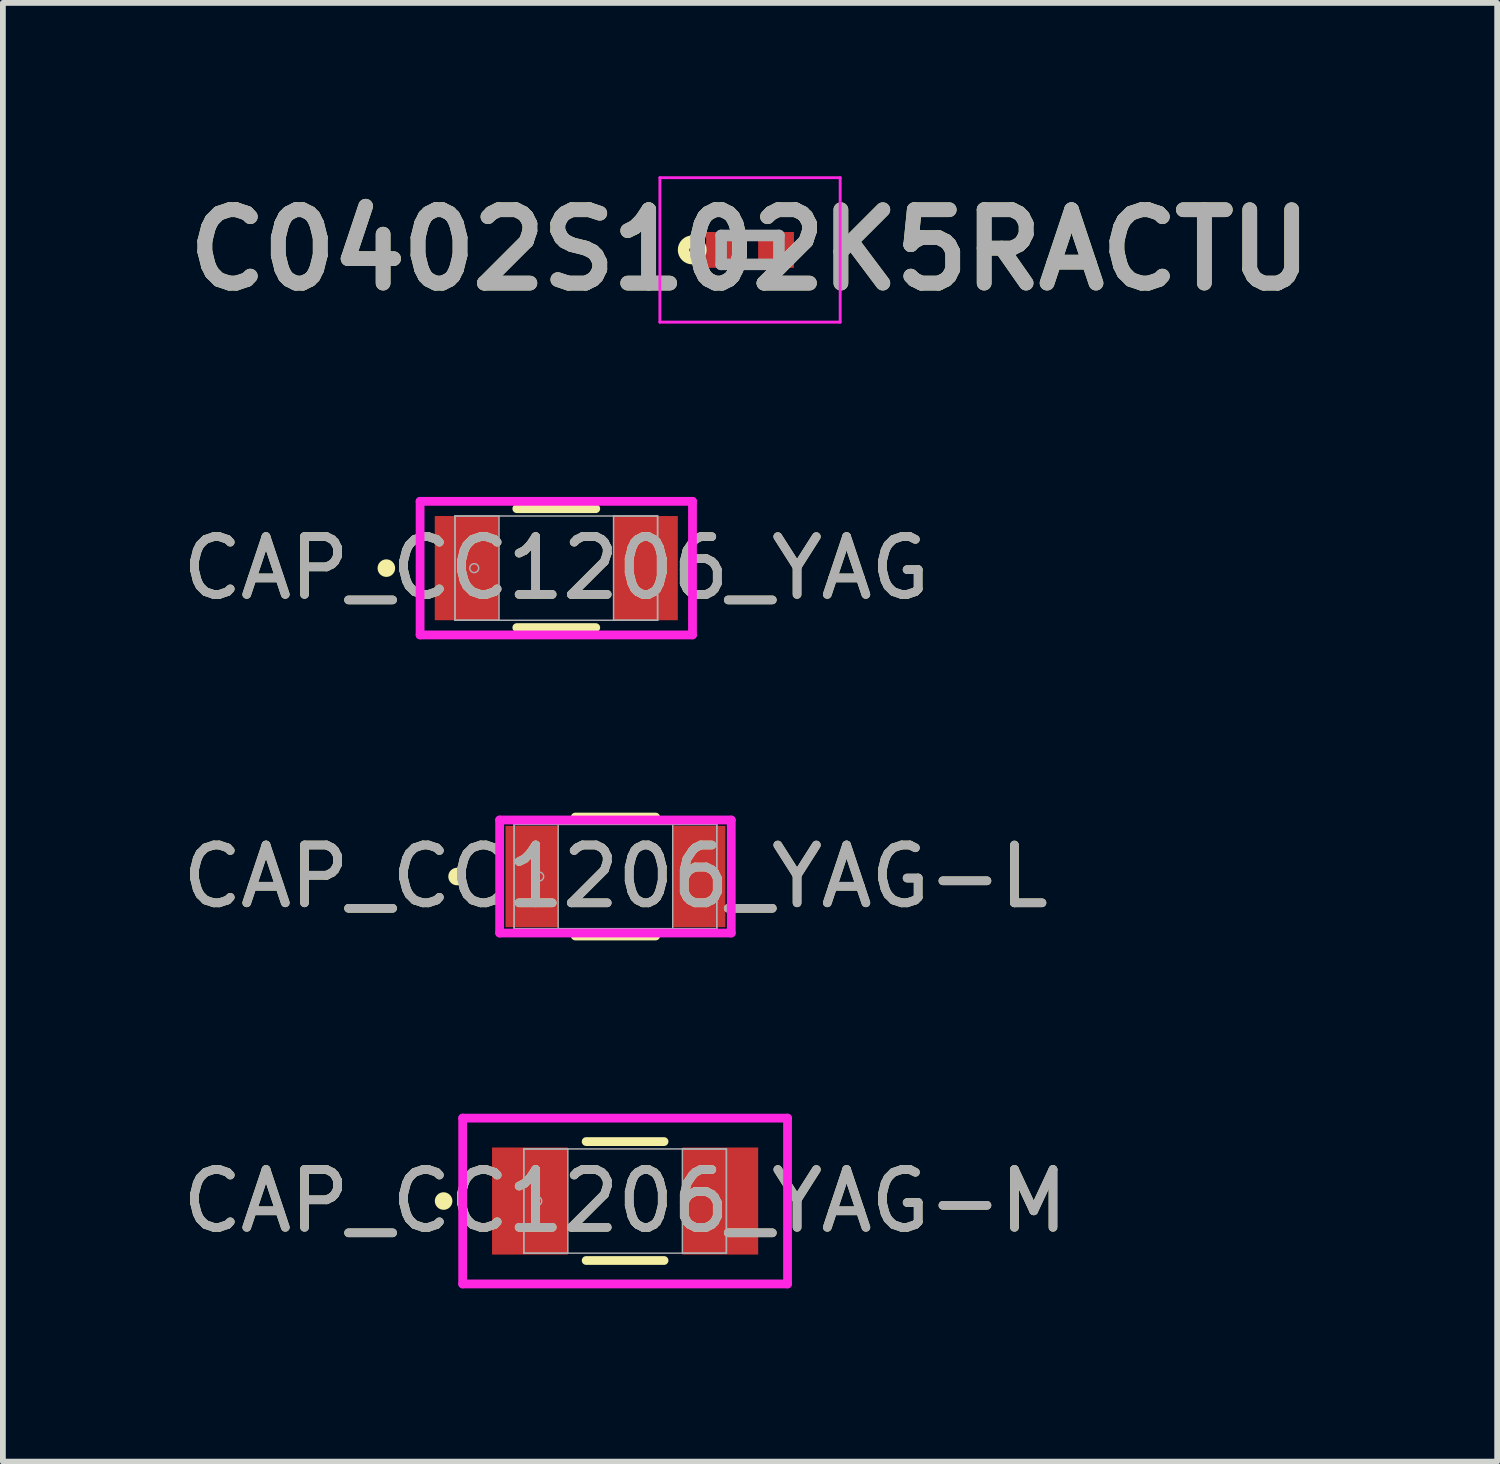
<source format=kicad_pcb>
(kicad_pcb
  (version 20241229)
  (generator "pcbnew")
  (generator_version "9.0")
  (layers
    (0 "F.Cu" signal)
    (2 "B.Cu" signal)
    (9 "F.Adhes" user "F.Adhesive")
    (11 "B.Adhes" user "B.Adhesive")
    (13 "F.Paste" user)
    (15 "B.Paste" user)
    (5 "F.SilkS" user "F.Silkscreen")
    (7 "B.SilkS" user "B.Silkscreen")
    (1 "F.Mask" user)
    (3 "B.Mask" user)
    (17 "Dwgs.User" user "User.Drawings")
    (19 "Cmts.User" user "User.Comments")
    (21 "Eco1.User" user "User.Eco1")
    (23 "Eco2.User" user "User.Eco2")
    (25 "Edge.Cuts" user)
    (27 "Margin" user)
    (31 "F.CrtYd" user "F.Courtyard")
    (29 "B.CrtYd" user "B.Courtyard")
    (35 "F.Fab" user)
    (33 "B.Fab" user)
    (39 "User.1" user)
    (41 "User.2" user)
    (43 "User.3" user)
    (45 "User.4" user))
  (footprint "C0402S102K5RACTU"
    (layer "F.Cu")
    (at 9.93 1.275)
    (property "Reference" "C0402S102K5RACTU" (at 0 0 0) (layer "F.SilkS") (effects (font (size 1.27 1.27) (thickness 0.254))))
    (attr smd)
    (fp_circle (center -1 0) (end -1 0.05) (stroke (width 0.2) (type solid)) (fill no) (layer "F.SilkS"))
    (fp_line (start -1.56 -1.25) (end 1.56 -1.25) (stroke (width 0.05) (type solid)) (layer "F.CrtYd"))
    (fp_line (start -1.56 1.25) (end -1.56 -1.25) (stroke (width 0.05) (type solid)) (layer "F.CrtYd"))
    (fp_line (start 1.56 -1.25) (end 1.56 1.25) (stroke (width 0.05) (type solid)) (layer "F.CrtYd"))
    (fp_line (start 1.56 1.25) (end -1.56 1.25) (stroke (width 0.05) (type solid)) (layer "F.CrtYd"))
    (fp_line (start -0.5 -0.25) (end 0.5 -0.25) (stroke (width 0.2) (type solid)) (layer "F.Fab"))
    (fp_line (start -0.5 0.25) (end -0.5 -0.25) (stroke (width 0.2) (type solid)) (layer "F.Fab"))
    (fp_line (start 0.5 -0.25) (end 0.5 0.25) (stroke (width 0.2) (type solid)) (layer "F.Fab"))
    (fp_line (start 0.5 0.25) (end -0.5 0.25) (stroke (width 0.2) (type solid)) (layer "F.Fab"))
    (fp_text user "${REFERENCE}" (at 0 0 0) (layer "F.Fab") (effects (font (size 1.27 1.27) (thickness 0.254))))
    (pad "1" smd rect (at -0.45 0 90) (size 0.62 0.62) (layers "F.Cu" "F.Mask" "F.Paste"))
    (pad "2" smd rect (at 0.45 0 90) (size 0.62 0.62) (layers "F.Cu" "F.Mask" "F.Paste")))
  (footprint "CAP_CC1206_YAG"
    (layer "F.Cu")
    (at 6.577 6.782)
    (property "Reference" "CAP_CC1206_YAG" (at 0 0 0) (unlocked yes) (layer "F.SilkS") (effects (font (size 1 1) (thickness 0.15))))
    (attr smd)
    (fp_line (start -0.683 1.029) (end 0.683 1.029) (stroke (width 0.152) (type solid)) (layer "F.SilkS"))
    (fp_line (start 0.683 -1.029) (end -0.683 -1.029) (stroke (width 0.152) (type solid)) (layer "F.SilkS"))
    (fp_circle (center -2.941 0) (end -2.865 0) (stroke (width 0.152) (type solid)) (fill no) (layer "F.SilkS"))
    (fp_line (start -2.357 -1.156) (end 2.357 -1.156) (stroke (width 0.152) (type solid)) (layer "F.CrtYd"))
    (fp_line (start -2.357 1.156) (end -2.357 -1.156) (stroke (width 0.152) (type solid)) (layer "F.CrtYd"))
    (fp_line (start 2.357 -1.156) (end 2.357 1.156) (stroke (width 0.152) (type solid)) (layer "F.CrtYd"))
    (fp_line (start 2.357 1.156) (end -2.357 1.156) (stroke (width 0.152) (type solid)) (layer "F.CrtYd"))
    (fp_line (start -1.753 -0.902) (end -1.753 0.902) (stroke (width 0.025) (type solid)) (layer "F.Fab"))
    (fp_line (start -1.753 -0.902) (end -1.753 0.902) (stroke (width 0.025) (type solid)) (layer "F.Fab"))
    (fp_line (start -1.753 0.902) (end -0.991 0.902) (stroke (width 0.025) (type solid)) (layer "F.Fab"))
    (fp_line (start -1.753 0.902) (end 1.753 0.902) (stroke (width 0.025) (type solid)) (layer "F.Fab"))
    (fp_line (start -0.991 -0.902) (end -1.753 -0.902) (stroke (width 0.025) (type solid)) (layer "F.Fab"))
    (fp_line (start -0.991 0.902) (end -0.991 -0.902) (stroke (width 0.025) (type solid)) (layer "F.Fab"))
    (fp_line (start 0.991 -0.902) (end 0.991 0.902) (stroke (width 0.025) (type solid)) (layer "F.Fab"))
    (fp_line (start 0.991 0.902) (end 1.753 0.902) (stroke (width 0.025) (type solid)) (layer "F.Fab"))
    (fp_line (start 1.753 -0.902) (end -1.753 -0.902) (stroke (width 0.025) (type solid)) (layer "F.Fab"))
    (fp_line (start 1.753 -0.902) (end 0.991 -0.902) (stroke (width 0.025) (type solid)) (layer "F.Fab"))
    (fp_line (start 1.753 0.902) (end 1.753 -0.902) (stroke (width 0.025) (type solid)) (layer "F.Fab"))
    (fp_line (start 1.753 0.902) (end 1.753 -0.902) (stroke (width 0.025) (type solid)) (layer "F.Fab"))
    (fp_circle (center -1.42 0) (end -1.343 0) (stroke (width 0.025) (type solid)) (fill no) (layer "F.Fab"))
    (fp_text user "${REFERENCE}" (at 0 0 0) (unlocked yes) (layer "F.Fab") (effects (font (size 1 1) (thickness 0.15))))
    (pad "1" smd rect (at -1.547 0) (size 1.112 1.803) (layers "F.Cu" "F.Mask" "F.Paste"))
    (pad "2" smd rect (at 1.547 0) (size 1.112 1.803) (layers "F.Cu" "F.Mask" "F.Paste"))
    (zone (net_name "") (layer "F.Cu") (hatch full 0.508) (connect_pads) (min_thickness 0.254) (filled_areas_thickness no) (keepout (tracks not_allowed) (vias not_allowed) (pads allowed) (copperpour not_allowed) (footprints allowed)) (placement (enabled no)) (fill) (polygon (pts (xy 5.638 5.931) (xy 7.517 5.931) (xy 7.517 7.633) (xy 5.638 7.633)))))
  (footprint "CAP_CC1206_YAG-L"
    (layer "F.Cu")
    (at 7.601 12.119)
    (property "Reference" "CAP_CC1206_YAG-L" (at 0 0 0) (unlocked yes) (layer "F.SilkS") (effects (font (size 1 1) (thickness 0.15))))
    (attr smd)
    (fp_line (start -0.695 1.029) (end 0.695 1.029) (stroke (width 0.152) (type solid)) (layer "F.SilkS"))
    (fp_line (start 0.695 -1.029) (end -0.695 -1.029) (stroke (width 0.152) (type solid)) (layer "F.SilkS"))
    (fp_circle (center -2.741 0) (end -2.665 0) (stroke (width 0.152) (type solid)) (fill no) (layer "F.SilkS"))
    (fp_line (start -2.004 -0.978) (end 2.004 -0.978) (stroke (width 0.152) (type solid)) (layer "F.CrtYd"))
    (fp_line (start -2.004 0.978) (end -2.004 -0.978) (stroke (width 0.152) (type solid)) (layer "F.CrtYd"))
    (fp_line (start 2.004 -0.978) (end 2.004 0.978) (stroke (width 0.152) (type solid)) (layer "F.CrtYd"))
    (fp_line (start 2.004 0.978) (end -2.004 0.978) (stroke (width 0.152) (type solid)) (layer "F.CrtYd"))
    (fp_line (start -1.753 -0.902) (end -1.753 0.902) (stroke (width 0.025) (type solid)) (layer "F.Fab"))
    (fp_line (start -1.753 -0.902) (end -1.753 0.902) (stroke (width 0.025) (type solid)) (layer "F.Fab"))
    (fp_line (start -1.753 0.902) (end -0.991 0.902) (stroke (width 0.025) (type solid)) (layer "F.Fab"))
    (fp_line (start -1.753 0.902) (end 1.753 0.902) (stroke (width 0.025) (type solid)) (layer "F.Fab"))
    (fp_line (start -0.991 -0.902) (end -1.753 -0.902) (stroke (width 0.025) (type solid)) (layer "F.Fab"))
    (fp_line (start -0.991 0.902) (end -0.991 -0.902) (stroke (width 0.025) (type solid)) (layer "F.Fab"))
    (fp_line (start 0.991 -0.902) (end 0.991 0.902) (stroke (width 0.025) (type solid)) (layer "F.Fab"))
    (fp_line (start 0.991 0.902) (end 1.753 0.902) (stroke (width 0.025) (type solid)) (layer "F.Fab"))
    (fp_line (start 1.753 -0.902) (end -1.753 -0.902) (stroke (width 0.025) (type solid)) (layer "F.Fab"))
    (fp_line (start 1.753 -0.902) (end 0.991 -0.902) (stroke (width 0.025) (type solid)) (layer "F.Fab"))
    (fp_line (start 1.753 0.902) (end 1.753 -0.902) (stroke (width 0.025) (type solid)) (layer "F.Fab"))
    (fp_line (start 1.753 0.902) (end 1.753 -0.902) (stroke (width 0.025) (type solid)) (layer "F.Fab"))
    (fp_circle (center -1.32 0) (end -1.243 0) (stroke (width 0.025) (type solid)) (fill no) (layer "F.Fab"))
    (fp_text user "${REFERENCE}" (at 0 0 0) (unlocked yes) (layer "F.Fab") (effects (font (size 1 1) (thickness 0.15))))
    (pad "1" smd rect (at -1.447 0) (size 0.912 1.753) (layers "F.Cu" "F.Mask" "F.Paste"))
    (pad "2" smd rect (at 1.447 0) (size 0.912 1.753) (layers "F.Cu" "F.Mask" "F.Paste"))
    (zone (net_name "") (layer "F.Cu") (hatch full 0.508) (connect_pads) (min_thickness 0.254) (filled_areas_thickness no) (keepout (tracks not_allowed) (vias not_allowed) (pads allowed) (copperpour not_allowed) (footprints allowed)) (placement (enabled no)) (fill) (polygon (pts (xy 6.661 11.268) (xy 8.541 11.268) (xy 8.541 12.97) (xy 6.661 12.97)))))
  (footprint "CAP_CC1206_YAG-M"
    (layer "F.Cu")
    (at 7.768 17.735)
    (property "Reference" "CAP_CC1206_YAG-M" (at 0 0 0) (unlocked yes) (layer "F.SilkS") (effects (font (size 1 1) (thickness 0.15))))
    (attr smd)
    (fp_line (start -0.674 1.029) (end 0.674 1.029) (stroke (width 0.152) (type solid)) (layer "F.SilkS"))
    (fp_line (start 0.674 -1.029) (end -0.674 -1.029) (stroke (width 0.152) (type solid)) (layer "F.SilkS"))
    (fp_circle (center -3.141 0) (end -3.065 0) (stroke (width 0.152) (type solid)) (fill no) (layer "F.SilkS"))
    (fp_line (start -2.811 -1.435) (end 2.811 -1.435) (stroke (width 0.152) (type solid)) (layer "F.CrtYd"))
    (fp_line (start -2.811 1.435) (end -2.811 -1.435) (stroke (width 0.152) (type solid)) (layer "F.CrtYd"))
    (fp_line (start 2.811 -1.435) (end 2.811 1.435) (stroke (width 0.152) (type solid)) (layer "F.CrtYd"))
    (fp_line (start 2.811 1.435) (end -2.811 1.435) (stroke (width 0.152) (type solid)) (layer "F.CrtYd"))
    (fp_line (start -1.753 -0.902) (end -1.753 0.902) (stroke (width 0.025) (type solid)) (layer "F.Fab"))
    (fp_line (start -1.753 -0.902) (end -1.753 0.902) (stroke (width 0.025) (type solid)) (layer "F.Fab"))
    (fp_line (start -1.753 0.902) (end -0.991 0.902) (stroke (width 0.025) (type solid)) (layer "F.Fab"))
    (fp_line (start -1.753 0.902) (end 1.753 0.902) (stroke (width 0.025) (type solid)) (layer "F.Fab"))
    (fp_line (start -0.991 -0.902) (end -1.753 -0.902) (stroke (width 0.025) (type solid)) (layer "F.Fab"))
    (fp_line (start -0.991 0.902) (end -0.991 -0.902) (stroke (width 0.025) (type solid)) (layer "F.Fab"))
    (fp_line (start 0.991 -0.902) (end 0.991 0.902) (stroke (width 0.025) (type solid)) (layer "F.Fab"))
    (fp_line (start 0.991 0.902) (end 1.753 0.902) (stroke (width 0.025) (type solid)) (layer "F.Fab"))
    (fp_line (start 1.753 -0.902) (end -1.753 -0.902) (stroke (width 0.025) (type solid)) (layer "F.Fab"))
    (fp_line (start 1.753 -0.902) (end 0.991 -0.902) (stroke (width 0.025) (type solid)) (layer "F.Fab"))
    (fp_line (start 1.753 0.902) (end 1.753 -0.902) (stroke (width 0.025) (type solid)) (layer "F.Fab"))
    (fp_line (start 1.753 0.902) (end 1.753 -0.902) (stroke (width 0.025) (type solid)) (layer "F.Fab"))
    (fp_circle (center -1.52 0) (end -1.443 0) (stroke (width 0.025) (type solid)) (fill no) (layer "F.Fab"))
    (fp_text user "${REFERENCE}" (at 0 0 0) (unlocked yes) (layer "F.Fab") (effects (font (size 1 1) (thickness 0.15))))
    (pad "1" smd rect (at -1.647 0) (size 1.312 1.853) (layers "F.Cu" "F.Mask" "F.Paste"))
    (pad "2" smd rect (at 1.647 0) (size 1.312 1.853) (layers "F.Cu" "F.Mask" "F.Paste"))
    (zone (net_name "") (layer "F.Cu") (hatch full 0.508) (connect_pads) (min_thickness 0.254) (filled_areas_thickness no) (keepout (tracks not_allowed) (vias not_allowed) (pads allowed) (copperpour not_allowed) (footprints allowed)) (placement (enabled no)) (fill) (polygon (pts (xy 6.828 16.884) (xy 8.708 16.884) (xy 8.708 18.585) (xy 6.828 18.585)))))
  (gr_rect
    (start -3 -3)
    (end 22.86 22.245)
    (stroke (width 0.1) (type default))
    (fill no)
    (layer "Edge.Cuts")))
</source>
